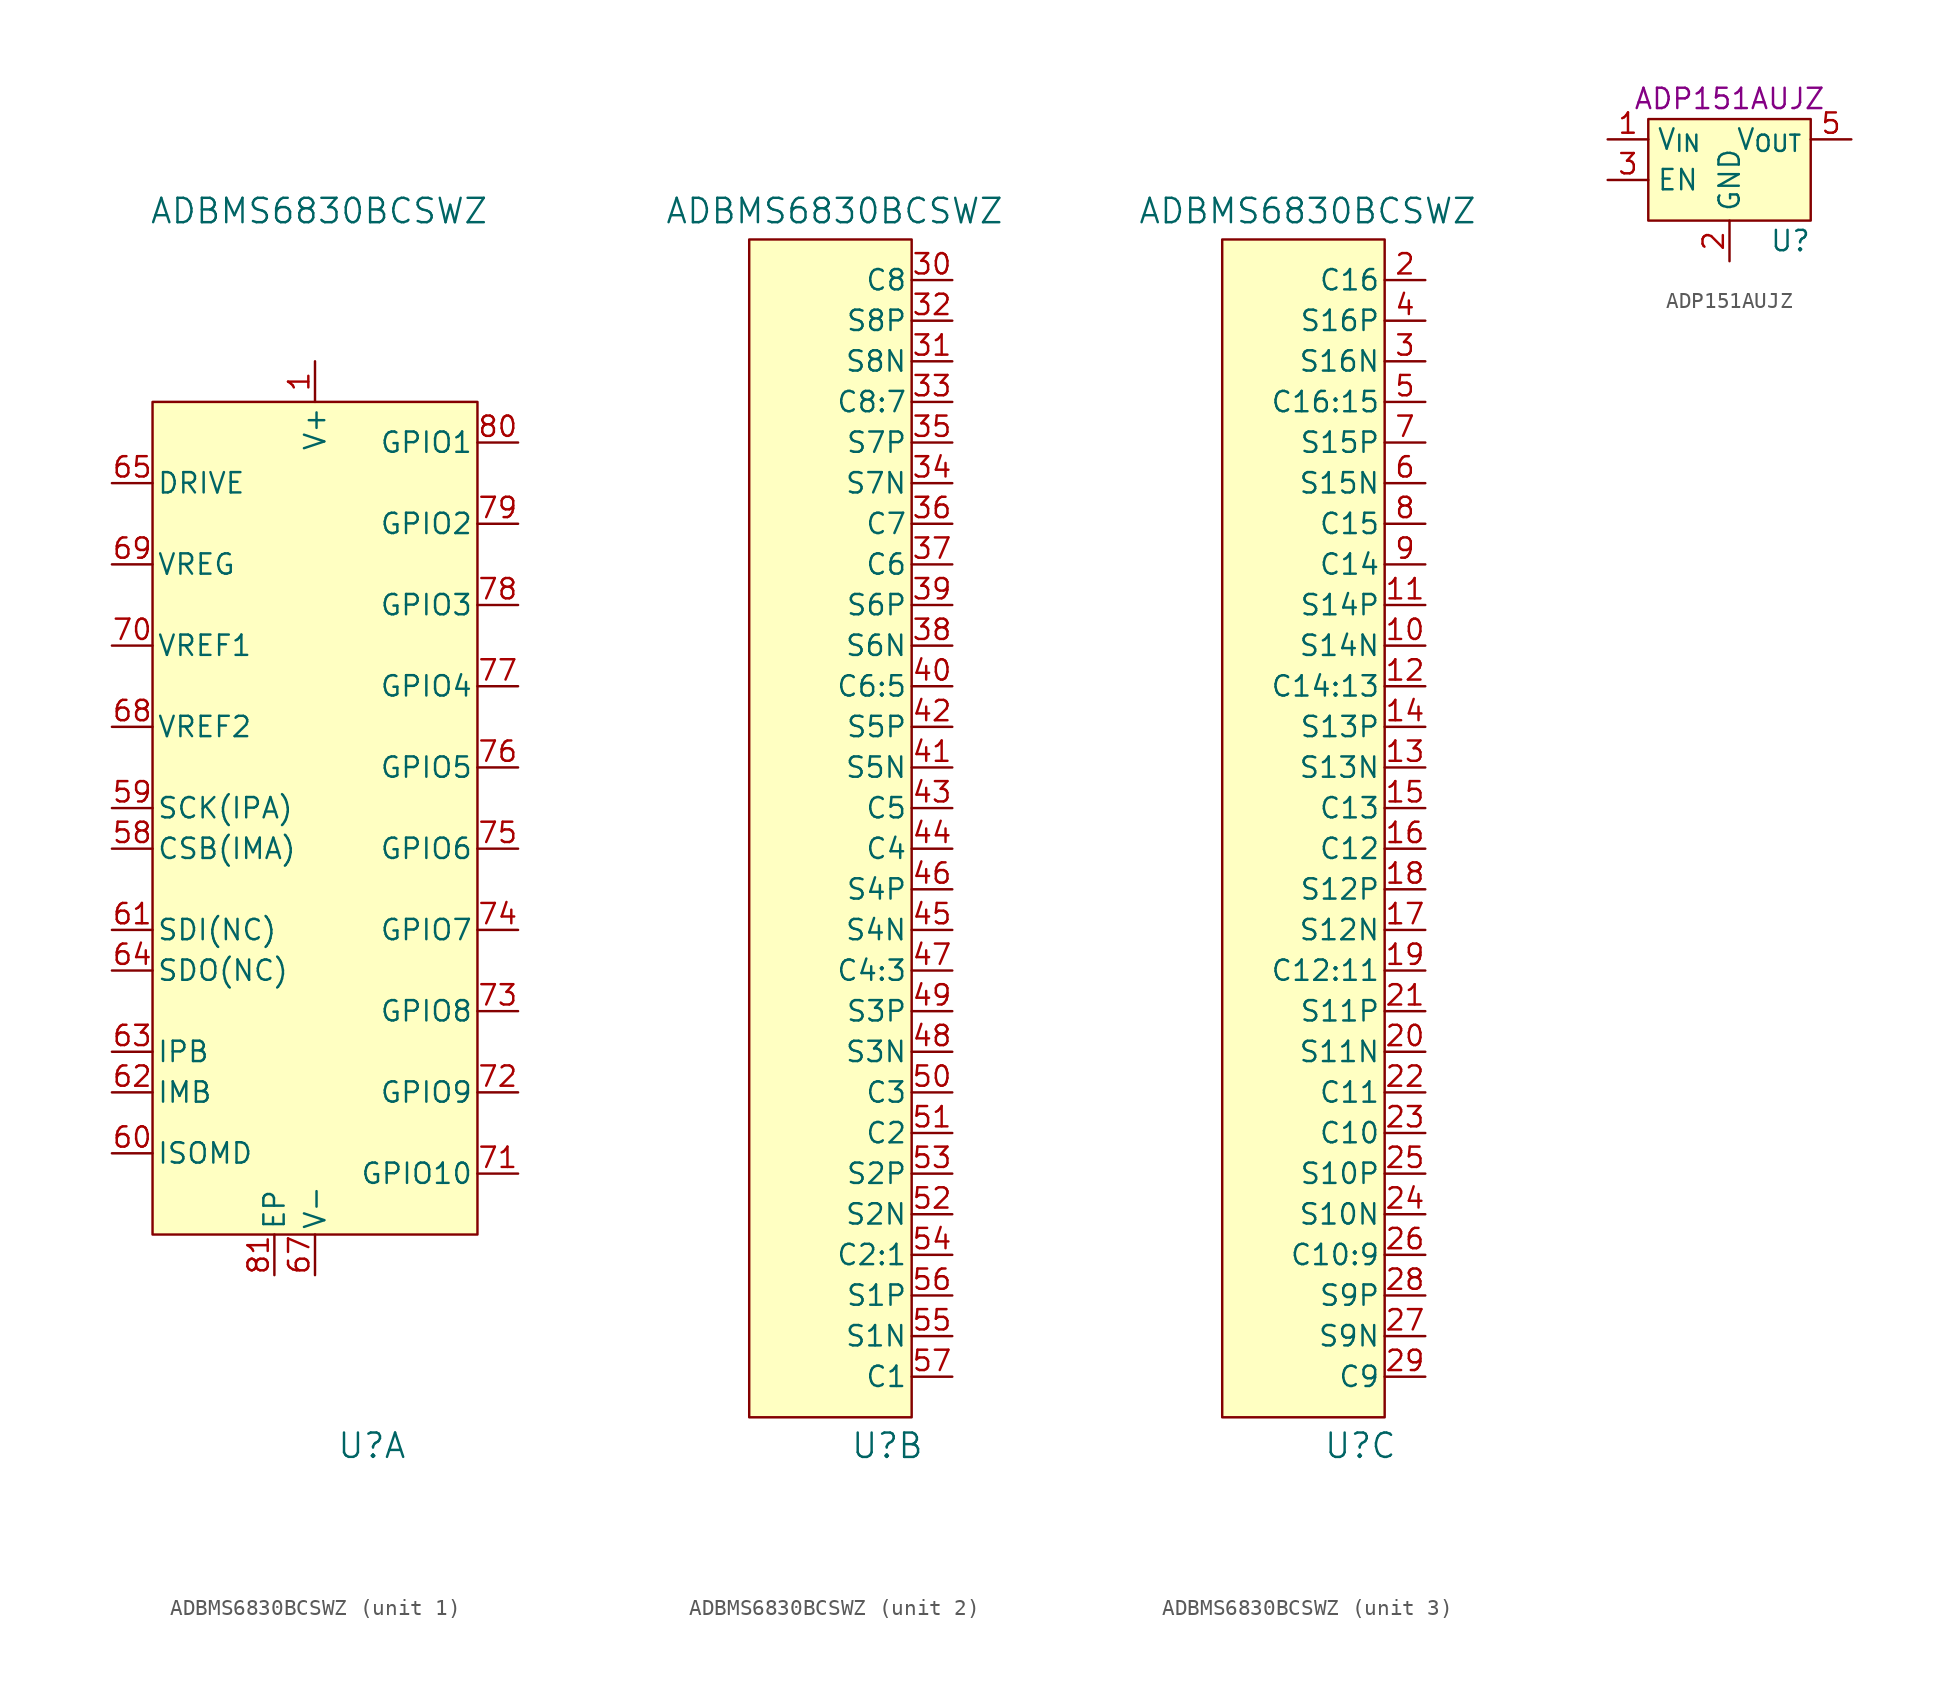
<source format=kicad_sym>
(kicad_symbol_lib
  (version 20241209)
  (generator "kicad_symbol_editor")
  (generator_version "9.0")
  (symbol "ADBMS6830BCSWZ"
    (pin_names
      (offset 0.254))
    (property "Reference" "U"
      (at 3.556 -39.878 0)
      (effects (font (size 1.524 1.524))))
    (property "Value" "ADBMS6830BCSWZ"
      (at 0.254 37.338 0)
      (effects (font (size 1.524 1.524))))
    (property "ki_locked" ""
      (at 0 0 0)
      (effects (font (size 1.27 1.27))))
    (symbol "ADBMS6830BCSWZ_1_1"
      (rectangle (start -10.16 25.4) (end 10.16 -26.67) (stroke (width 0) (type default)) (fill (type background)))
      (pin unspecified line (at -12.7 20.32 0) (length 2.54) (name "DRIVE" (effects (font (size 1.27 1.27)))) (number "65" (effects (font (size 1.27 1.27)))))
      (pin unspecified line (at -12.7 15.24 0) (length 2.54) (name "VREG" (effects (font (size 1.27 1.27)))) (number "69" (effects (font (size 1.27 1.27)))))
      (pin power_in line (at -12.7 10.16 0) (length 2.54) (name "VREF1" (effects (font (size 1.27 1.27)))) (number "70" (effects (font (size 1.27 1.27)))))
      (pin power_in line (at -12.7 5.08 0) (length 2.54) (name "VREF2" (effects (font (size 1.27 1.27)))) (number "68" (effects (font (size 1.27 1.27)))))
      (pin unspecified line (at -12.7 0 0) (length 2.54) (name "SCK(IPA)" (effects (font (size 1.27 1.27)))) (number "59" (effects (font (size 1.27 1.27)))))
      (pin unspecified line (at -12.7 -2.54 0) (length 2.54) (name "CSB(IMA)" (effects (font (size 1.27 1.27)))) (number "58" (effects (font (size 1.27 1.27)))))
      (pin unspecified line (at -12.7 -7.62 0) (length 2.54) (name "SDI(NC)" (effects (font (size 1.27 1.27)))) (number "61" (effects (font (size 1.27 1.27)))))
      (pin unspecified line (at -12.7 -10.16 0) (length 2.54) (name "SDO(NC)" (effects (font (size 1.27 1.27)))) (number "64" (effects (font (size 1.27 1.27)))))
      (pin unspecified line (at -12.7 -15.24 0) (length 2.54) (name "IPB" (effects (font (size 1.27 1.27)))) (number "63" (effects (font (size 1.27 1.27)))))
      (pin unspecified line (at -12.7 -17.78 0) (length 2.54) (name "IMB" (effects (font (size 1.27 1.27)))) (number "62" (effects (font (size 1.27 1.27)))))
      (pin unspecified line (at -12.7 -21.59 0) (length 2.54) (name "ISOMD" (effects (font (size 1.27 1.27)))) (number "60" (effects (font (size 1.27 1.27)))))
      (pin no_connect line (at -12.7 -24.13 0) (length 2.54) (hide yes) (name "NC" (effects (font (size 1.27 1.27)))) (number "66" (effects (font (size 1.27 1.27)))))
      (pin power_in line (at -2.54 -29.21 90) (length 2.54) (name "EP" (effects (font (size 1.27 1.27)))) (number "81" (effects (font (size 1.27 1.27)))))
      (pin power_in line (at 0 27.94 270) (length 2.54) (name "V+" (effects (font (size 1.27 1.27)))) (number "1" (effects (font (size 1.27 1.27)))))
      (pin power_in line (at 0 -29.21 90) (length 2.54) (name "V-" (effects (font (size 1.27 1.27)))) (number "67" (effects (font (size 1.27 1.27)))))
      (pin bidirectional line (at 12.7 22.86 180) (length 2.54) (name "GPIO1" (effects (font (size 1.27 1.27)))) (number "80" (effects (font (size 1.27 1.27)))))
      (pin bidirectional line (at 12.7 17.78 180) (length 2.54) (name "GPIO2" (effects (font (size 1.27 1.27)))) (number "79" (effects (font (size 1.27 1.27)))))
      (pin bidirectional line (at 12.7 12.7 180) (length 2.54) (name "GPIO3" (effects (font (size 1.27 1.27)))) (number "78" (effects (font (size 1.27 1.27)))))
      (pin bidirectional line (at 12.7 7.62 180) (length 2.54) (name "GPIO4" (effects (font (size 1.27 1.27)))) (number "77" (effects (font (size 1.27 1.27)))))
      (pin bidirectional line (at 12.7 2.54 180) (length 2.54) (name "GPIO5" (effects (font (size 1.27 1.27)))) (number "76" (effects (font (size 1.27 1.27)))))
      (pin bidirectional line (at 12.7 -2.54 180) (length 2.54) (name "GPIO6" (effects (font (size 1.27 1.27)))) (number "75" (effects (font (size 1.27 1.27)))))
      (pin bidirectional line (at 12.7 -7.62 180) (length 2.54) (name "GPIO7" (effects (font (size 1.27 1.27)))) (number "74" (effects (font (size 1.27 1.27)))))
      (pin bidirectional line (at 12.7 -12.7 180) (length 2.54) (name "GPIO8" (effects (font (size 1.27 1.27)))) (number "73" (effects (font (size 1.27 1.27)))))
      (pin bidirectional line (at 12.7 -17.78 180) (length 2.54) (name "GPIO9" (effects (font (size 1.27 1.27)))) (number "72" (effects (font (size 1.27 1.27)))))
      (pin bidirectional line (at 12.7 -22.86 180) (length 2.54) (name "GPIO10" (effects (font (size 1.27 1.27)))) (number "71" (effects (font (size 1.27 1.27))))))
    (symbol "ADBMS6830BCSWZ_2_1"
      (rectangle (start -5.08 35.56) (end 5.08 -38.1) (stroke (width 0) (type default)) (fill (type background)))
      (pin bidirectional line (at 7.62 33.02 180) (length 2.54) (name "C8" (effects (font (size 1.27 1.27)))) (number "30" (effects (font (size 1.27 1.27)))))
      (pin bidirectional line (at 7.62 30.48 180) (length 2.54) (name "S8P" (effects (font (size 1.27 1.27)))) (number "32" (effects (font (size 1.27 1.27)))))
      (pin bidirectional line (at 7.62 27.94 180) (length 2.54) (name "S8N" (effects (font (size 1.27 1.27)))) (number "31" (effects (font (size 1.27 1.27)))))
      (pin bidirectional line (at 7.62 25.4 180) (length 2.54) (name "C8:7" (effects (font (size 1.27 1.27)))) (number "33" (effects (font (size 1.27 1.27)))))
      (pin bidirectional line (at 7.62 22.86 180) (length 2.54) (name "S7P" (effects (font (size 1.27 1.27)))) (number "35" (effects (font (size 1.27 1.27)))))
      (pin bidirectional line (at 7.62 20.32 180) (length 2.54) (name "S7N" (effects (font (size 1.27 1.27)))) (number "34" (effects (font (size 1.27 1.27)))))
      (pin bidirectional line (at 7.62 17.78 180) (length 2.54) (name "C7" (effects (font (size 1.27 1.27)))) (number "36" (effects (font (size 1.27 1.27)))))
      (pin bidirectional line (at 7.62 15.24 180) (length 2.54) (name "C6" (effects (font (size 1.27 1.27)))) (number "37" (effects (font (size 1.27 1.27)))))
      (pin bidirectional line (at 7.62 12.7 180) (length 2.54) (name "S6P" (effects (font (size 1.27 1.27)))) (number "39" (effects (font (size 1.27 1.27)))))
      (pin bidirectional line (at 7.62 10.16 180) (length 2.54) (name "S6N" (effects (font (size 1.27 1.27)))) (number "38" (effects (font (size 1.27 1.27)))))
      (pin bidirectional line (at 7.62 7.62 180) (length 2.54) (name "C6:5" (effects (font (size 1.27 1.27)))) (number "40" (effects (font (size 1.27 1.27)))))
      (pin bidirectional line (at 7.62 5.08 180) (length 2.54) (name "S5P" (effects (font (size 1.27 1.27)))) (number "42" (effects (font (size 1.27 1.27)))))
      (pin bidirectional line (at 7.62 2.54 180) (length 2.54) (name "S5N" (effects (font (size 1.27 1.27)))) (number "41" (effects (font (size 1.27 1.27)))))
      (pin bidirectional line (at 7.62 0 180) (length 2.54) (name "C5" (effects (font (size 1.27 1.27)))) (number "43" (effects (font (size 1.27 1.27)))))
      (pin bidirectional line (at 7.62 -2.54 180) (length 2.54) (name "C4" (effects (font (size 1.27 1.27)))) (number "44" (effects (font (size 1.27 1.27)))))
      (pin bidirectional line (at 7.62 -5.08 180) (length 2.54) (name "S4P" (effects (font (size 1.27 1.27)))) (number "46" (effects (font (size 1.27 1.27)))))
      (pin bidirectional line (at 7.62 -7.62 180) (length 2.54) (name "S4N" (effects (font (size 1.27 1.27)))) (number "45" (effects (font (size 1.27 1.27)))))
      (pin bidirectional line (at 7.62 -10.16 180) (length 2.54) (name "C4:3" (effects (font (size 1.27 1.27)))) (number "47" (effects (font (size 1.27 1.27)))))
      (pin bidirectional line (at 7.62 -12.7 180) (length 2.54) (name "S3P" (effects (font (size 1.27 1.27)))) (number "49" (effects (font (size 1.27 1.27)))))
      (pin bidirectional line (at 7.62 -15.24 180) (length 2.54) (name "S3N" (effects (font (size 1.27 1.27)))) (number "48" (effects (font (size 1.27 1.27)))))
      (pin bidirectional line (at 7.62 -17.78 180) (length 2.54) (name "C3" (effects (font (size 1.27 1.27)))) (number "50" (effects (font (size 1.27 1.27)))))
      (pin bidirectional line (at 7.62 -20.32 180) (length 2.54) (name "C2" (effects (font (size 1.27 1.27)))) (number "51" (effects (font (size 1.27 1.27)))))
      (pin bidirectional line (at 7.62 -22.86 180) (length 2.54) (name "S2P" (effects (font (size 1.27 1.27)))) (number "53" (effects (font (size 1.27 1.27)))))
      (pin bidirectional line (at 7.62 -25.4 180) (length 2.54) (name "S2N" (effects (font (size 1.27 1.27)))) (number "52" (effects (font (size 1.27 1.27)))))
      (pin bidirectional line (at 7.62 -27.94 180) (length 2.54) (name "C2:1" (effects (font (size 1.27 1.27)))) (number "54" (effects (font (size 1.27 1.27)))))
      (pin bidirectional line (at 7.62 -30.48 180) (length 2.54) (name "S1P" (effects (font (size 1.27 1.27)))) (number "56" (effects (font (size 1.27 1.27)))))
      (pin bidirectional line (at 7.62 -33.02 180) (length 2.54) (name "S1N" (effects (font (size 1.27 1.27)))) (number "55" (effects (font (size 1.27 1.27)))))
      (pin bidirectional line (at 7.62 -35.56 180) (length 2.54) (name "C1" (effects (font (size 1.27 1.27)))) (number "57" (effects (font (size 1.27 1.27))))))
    (symbol "ADBMS6830BCSWZ_3_1"
      (rectangle (start -5.08 35.56) (end 5.08 -38.1) (stroke (width 0) (type default)) (fill (type background)))
      (pin bidirectional line (at 7.62 33.02 180) (length 2.54) (name "C16" (effects (font (size 1.27 1.27)))) (number "2" (effects (font (size 1.27 1.27)))))
      (pin bidirectional line (at 7.62 30.48 180) (length 2.54) (name "S16P" (effects (font (size 1.27 1.27)))) (number "4" (effects (font (size 1.27 1.27)))))
      (pin bidirectional line (at 7.62 27.94 180) (length 2.54) (name "S16N" (effects (font (size 1.27 1.27)))) (number "3" (effects (font (size 1.27 1.27)))))
      (pin bidirectional line (at 7.62 25.4 180) (length 2.54) (name "C16:15" (effects (font (size 1.27 1.27)))) (number "5" (effects (font (size 1.27 1.27)))))
      (pin bidirectional line (at 7.62 22.86 180) (length 2.54) (name "S15P" (effects (font (size 1.27 1.27)))) (number "7" (effects (font (size 1.27 1.27)))))
      (pin bidirectional line (at 7.62 20.32 180) (length 2.54) (name "S15N" (effects (font (size 1.27 1.27)))) (number "6" (effects (font (size 1.27 1.27)))))
      (pin bidirectional line (at 7.62 17.78 180) (length 2.54) (name "C15" (effects (font (size 1.27 1.27)))) (number "8" (effects (font (size 1.27 1.27)))))
      (pin bidirectional line (at 7.62 15.24 180) (length 2.54) (name "C14" (effects (font (size 1.27 1.27)))) (number "9" (effects (font (size 1.27 1.27)))))
      (pin bidirectional line (at 7.62 12.7 180) (length 2.54) (name "S14P" (effects (font (size 1.27 1.27)))) (number "11" (effects (font (size 1.27 1.27)))))
      (pin bidirectional line (at 7.62 10.16 180) (length 2.54) (name "S14N" (effects (font (size 1.27 1.27)))) (number "10" (effects (font (size 1.27 1.27)))))
      (pin bidirectional line (at 7.62 7.62 180) (length 2.54) (name "C14:13" (effects (font (size 1.27 1.27)))) (number "12" (effects (font (size 1.27 1.27)))))
      (pin bidirectional line (at 7.62 5.08 180) (length 2.54) (name "S13P" (effects (font (size 1.27 1.27)))) (number "14" (effects (font (size 1.27 1.27)))))
      (pin bidirectional line (at 7.62 2.54 180) (length 2.54) (name "S13N" (effects (font (size 1.27 1.27)))) (number "13" (effects (font (size 1.27 1.27)))))
      (pin bidirectional line (at 7.62 0 180) (length 2.54) (name "C13" (effects (font (size 1.27 1.27)))) (number "15" (effects (font (size 1.27 1.27)))))
      (pin bidirectional line (at 7.62 -2.54 180) (length 2.54) (name "C12" (effects (font (size 1.27 1.27)))) (number "16" (effects (font (size 1.27 1.27)))))
      (pin bidirectional line (at 7.62 -5.08 180) (length 2.54) (name "S12P" (effects (font (size 1.27 1.27)))) (number "18" (effects (font (size 1.27 1.27)))))
      (pin bidirectional line (at 7.62 -7.62 180) (length 2.54) (name "S12N" (effects (font (size 1.27 1.27)))) (number "17" (effects (font (size 1.27 1.27)))))
      (pin bidirectional line (at 7.62 -10.16 180) (length 2.54) (name "C12:11" (effects (font (size 1.27 1.27)))) (number "19" (effects (font (size 1.27 1.27)))))
      (pin bidirectional line (at 7.62 -12.7 180) (length 2.54) (name "S11P" (effects (font (size 1.27 1.27)))) (number "21" (effects (font (size 1.27 1.27)))))
      (pin bidirectional line (at 7.62 -15.24 180) (length 2.54) (name "S11N" (effects (font (size 1.27 1.27)))) (number "20" (effects (font (size 1.27 1.27)))))
      (pin bidirectional line (at 7.62 -17.78 180) (length 2.54) (name "C11" (effects (font (size 1.27 1.27)))) (number "22" (effects (font (size 1.27 1.27)))))
      (pin bidirectional line (at 7.62 -20.32 180) (length 2.54) (name "C10" (effects (font (size 1.27 1.27)))) (number "23" (effects (font (size 1.27 1.27)))))
      (pin bidirectional line (at 7.62 -22.86 180) (length 2.54) (name "S10P" (effects (font (size 1.27 1.27)))) (number "25" (effects (font (size 1.27 1.27)))))
      (pin bidirectional line (at 7.62 -25.4 180) (length 2.54) (name "S10N" (effects (font (size 1.27 1.27)))) (number "24" (effects (font (size 1.27 1.27)))))
      (pin bidirectional line (at 7.62 -27.94 180) (length 2.54) (name "C10:9" (effects (font (size 1.27 1.27)))) (number "26" (effects (font (size 1.27 1.27)))))
      (pin bidirectional line (at 7.62 -30.48 180) (length 2.54) (name "S9P" (effects (font (size 1.27 1.27)))) (number "28" (effects (font (size 1.27 1.27)))))
      (pin bidirectional line (at 7.62 -33.02 180) (length 2.54) (name "S9N" (effects (font (size 1.27 1.27)))) (number "27" (effects (font (size 1.27 1.27)))))
      (pin bidirectional line (at 7.62 -35.56 180) (length 2.54) (name "C9" (effects (font (size 1.27 1.27)))) (number "29" (effects (font (size 1.27 1.27)))))))
  (symbol "ADP151AUJZ"
    (property "Reference" "U"
      (at 3.81 -3.81 0)
      (effects (font (size 1.27 1.27))))
    (property "Value" ""
      (at 0 0 0)
      (effects (font (size 1.27 1.27))))
    (property "MfrNum" "ADP151AUJZ"
      (at 0 5.08 0)
      (effects (font (size 1.27 1.27))))
    (symbol "ADP151AUJZ_1_1"
      (rectangle (start -5.08 3.81) (end 5.08 -2.54) (stroke (width 0) (type default)) (fill (type background)))
      (pin power_in line (at -7.62 2.54 0) (length 2.54) (name "V_{IN}" (effects (font (size 1.27 1.27)))) (number "1" (effects (font (size 1.27 1.27)))))
      (pin input line (at -7.62 0 0) (length 2.54) (name "EN" (effects (font (size 1.27 1.27)))) (number "3" (effects (font (size 1.27 1.27)))))
      (pin bidirectional line (at 0 -5.08 90) (length 2.54) (name "GND" (effects (font (size 1.27 1.27)))) (number "2" (effects (font (size 1.27 1.27)))))
      (pin no_connect line (at 2.54 -5.08 90) (length 2.54) (hide yes) (name "NC" (effects (font (size 1.27 1.27)))) (number "4" (effects (font (size 1.27 1.27)))))
      (pin power_out line (at 7.62 2.54 180) (length 2.54) (name "V_{OUT}" (effects (font (size 1.27 1.27)))) (number "5" (effects (font (size 1.27 1.27))))))))
</source>
